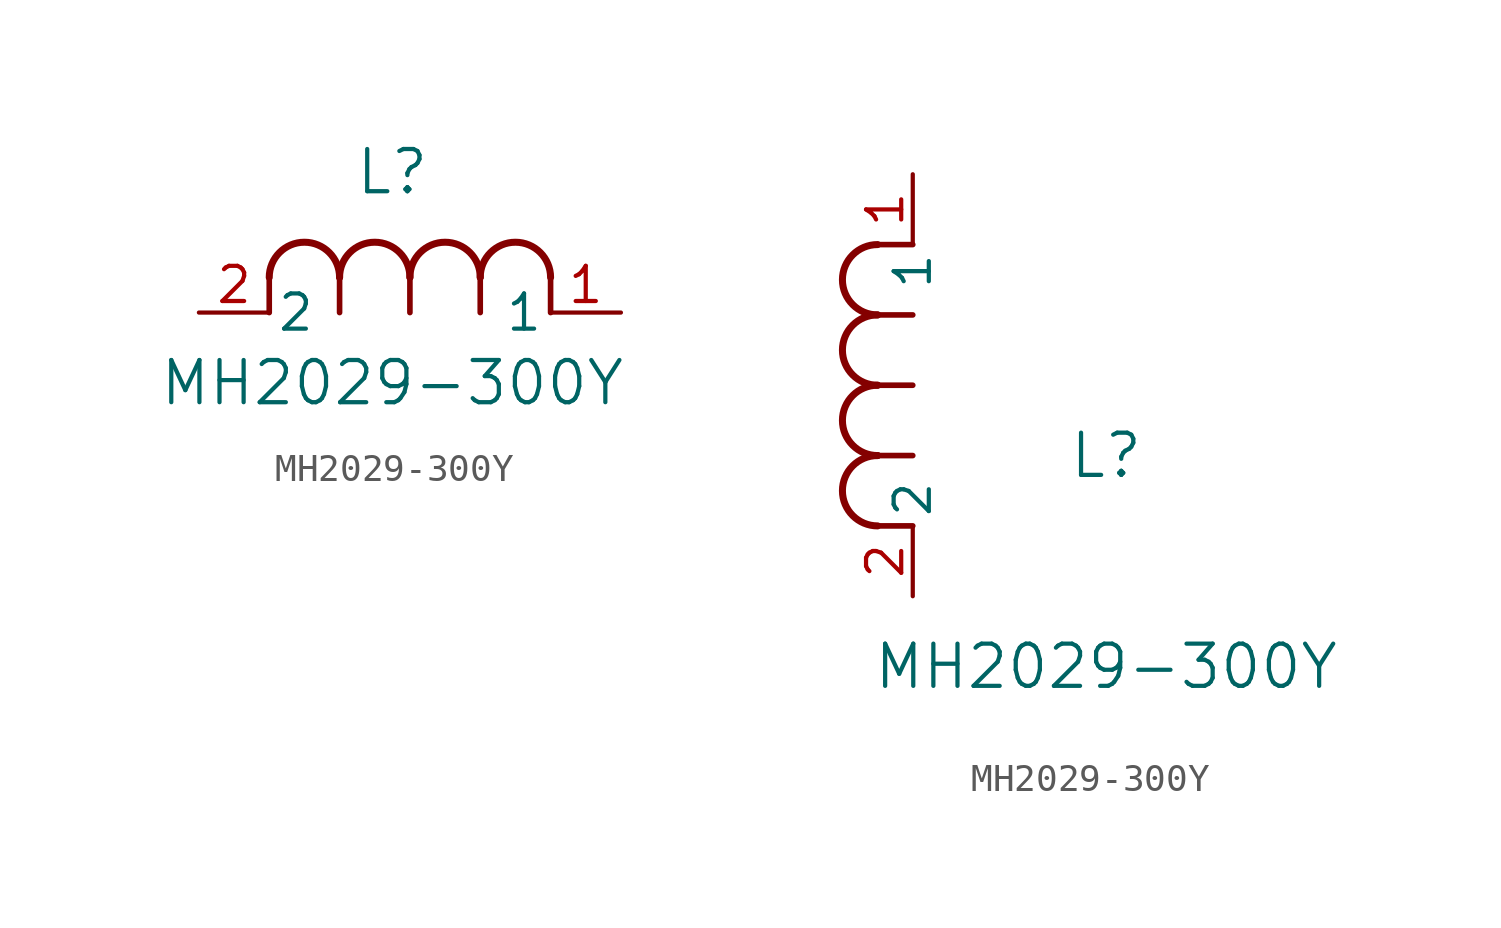
<source format=kicad_sym>
(kicad_symbol_lib
  (version 20211014)
  (generator kicad_symbol_editor)
  (symbol "MH2029-300Y"
    (pin_names
      (offset 0.254))
    (property "Reference" "L"
      (at 6.985 5.08 0)
      (effects (font (size 1.524 1.524))))
    (property "Value" "MH2029-300Y"
      (at 6.985 -2.54 0)
      (effects (font (size 1.524 1.524))))
    (symbol "MH2029-300Y_1_1"
      (arc (start 7.62 1.27) (mid 6.35 2.54) (end 5.08 1.27) (stroke (width .254) (type default) (color 0 0 0 0)) (fill (type none)))
      (polyline (pts (xy 5.08 0) (xy 5.08 1.27)) (stroke (width .2032) (type default) (color 0 0 0 0)) (fill (type none)))
      (polyline (pts (xy 7.62 0) (xy 7.62 1.27)) (stroke (width .2032) (type default) (color 0 0 0 0)) (fill (type none)))
      (polyline (pts (xy 12.7 0) (xy 12.7 1.27)) (stroke (width .2032) (type default) (color 0 0 0 0)) (fill (type none)))
      (arc (start 5.08 1.27) (mid 3.81 2.54) (end 2.54 1.27) (stroke (width .254) (type default) (color 0 0 0 0)) (fill (type none)))
      (arc (start 10.16 1.27) (mid 8.89 2.54) (end 7.62 1.27) (stroke (width .254) (type default) (color 0 0 0 0)) (fill (type none)))
      (arc (start 12.7 1.27) (mid 11.43 2.54) (end 10.16 1.27) (stroke (width .254) (type default) (color 0 0 0 0)) (fill (type none)))
      (polyline (pts (xy 2.54 0) (xy 2.54 1.27)) (stroke (width .2032) (type default) (color 0 0 0 0)) (fill (type none)))
      (polyline (pts (xy 10.16 0) (xy 10.16 1.27)) (stroke (width .2032) (type default) (color 0 0 0 0)) (fill (type none)))
      (pin unspecified line (at 0 0 0) (length 2.54) (name "2" (effects (font (size 1.27 1.27)))) (number "2" (effects (font (size 1.27 1.27)))))
      (pin unspecified line (at 15.24 0 180) (length 2.54) (name "1" (effects (font (size 1.27 1.27)))) (number "1" (effects (font (size 1.27 1.27))))))
    (symbol "MH2029-300Y_1_2"
      (arc (start -1.27 7.62) (mid -2.54 6.35) (end -1.27 5.08) (stroke (width .254) (type default) (color 0 0 0 0)) (fill (type none)))
      (arc (start -1.27 5.08) (mid -2.54 3.81) (end -1.27 2.54) (stroke (width .254) (type default) (color 0 0 0 0)) (fill (type none)))
      (arc (start -1.27 12.7) (mid -2.54 11.43) (end -1.27 10.16) (stroke (width .254) (type default) (color 0 0 0 0)) (fill (type none)))
      (arc (start -1.27 10.16) (mid -2.54 8.89) (end -1.27 7.62) (stroke (width .254) (type default) (color 0 0 0 0)) (fill (type none)))
      (polyline (pts (xy 0 7.62) (xy -1.27 7.62)) (stroke (width .2032) (type default) (color 0 0 0 0)) (fill (type none)))
      (polyline (pts (xy 0 5.08) (xy -1.27 5.08)) (stroke (width .2032) (type default) (color 0 0 0 0)) (fill (type none)))
      (polyline (pts (xy 0 12.7) (xy -1.27 12.7)) (stroke (width .2032) (type default) (color 0 0 0 0)) (fill (type none)))
      (polyline (pts (xy 0 2.54) (xy -1.27 2.54)) (stroke (width .2032) (type default) (color 0 0 0 0)) (fill (type none)))
      (polyline (pts (xy 0 10.16) (xy -1.27 10.16)) (stroke (width .2032) (type default) (color 0 0 0 0)) (fill (type none)))
      (pin unspecified line (at 0 0 90) (length 2.54) (name "2" (effects (font (size 1.27 1.27)))) (number "2" (effects (font (size 1.27 1.27)))))
      (pin unspecified line (at 0 15.24 270) (length 2.54) (name "1" (effects (font (size 1.27 1.27)))) (number "1" (effects (font (size 1.27 1.27))))))))
</source>
